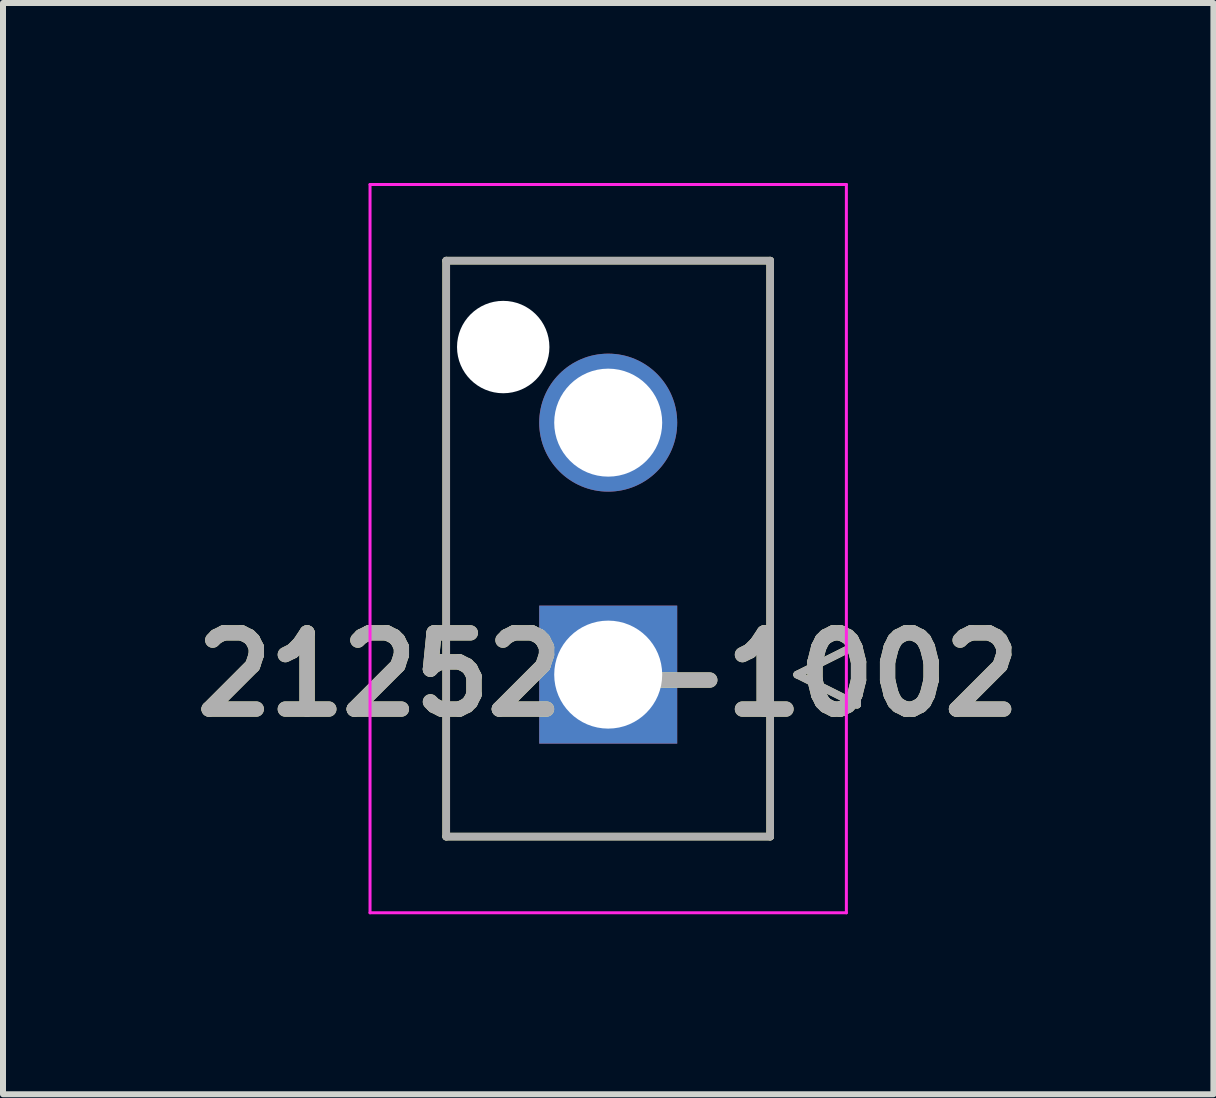
<source format=kicad_pcb>
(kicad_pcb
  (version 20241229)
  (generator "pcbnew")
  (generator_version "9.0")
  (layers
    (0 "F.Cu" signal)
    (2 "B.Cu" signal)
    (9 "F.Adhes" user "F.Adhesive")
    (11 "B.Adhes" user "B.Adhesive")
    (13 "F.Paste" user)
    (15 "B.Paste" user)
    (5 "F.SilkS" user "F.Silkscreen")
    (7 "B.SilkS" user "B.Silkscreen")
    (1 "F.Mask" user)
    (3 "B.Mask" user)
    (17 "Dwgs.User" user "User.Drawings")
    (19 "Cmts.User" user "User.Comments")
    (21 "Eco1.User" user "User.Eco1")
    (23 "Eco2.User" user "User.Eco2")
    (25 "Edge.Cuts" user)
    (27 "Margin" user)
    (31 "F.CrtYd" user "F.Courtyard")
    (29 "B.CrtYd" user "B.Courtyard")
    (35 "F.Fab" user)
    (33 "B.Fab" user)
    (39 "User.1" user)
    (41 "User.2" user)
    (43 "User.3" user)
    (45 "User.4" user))
  (footprint "212520-1002"
    (layer "F.Cu")
    (at 7.088 8.195)
    (property "Reference" "212520-1002" (at 0 0 0) (layer "F.SilkS") (effects (font (size 1.27 1.27) (thickness 0.254))))
    (attr through_hole)
    (fp_line (start -2.7 -6.9) (end 2.7 -6.9) (stroke (width 0.127) (type solid)) (layer "F.SilkS"))
    (fp_line (start -2.7 2.7) (end -2.7 -6.9) (stroke (width 0.127) (type solid)) (layer "F.SilkS"))
    (fp_line (start 2.7 -6.9) (end 2.7 2.7) (stroke (width 0.127) (type solid)) (layer "F.SilkS"))
    (fp_line (start 2.7 2.7) (end -2.7 2.7) (stroke (width 0.127) (type solid)) (layer "F.SilkS"))
    (fp_line (start 3.15 0) (end 4.15 -0.5) (stroke (width 0.127) (type solid)) (layer "F.SilkS"))
    (fp_line (start 4.15 -0.5) (end 4.15 0.5) (stroke (width 0.127) (type solid)) (layer "F.SilkS"))
    (fp_line (start 4.15 0.5) (end 3.15 0) (stroke (width 0.127) (type solid)) (layer "F.SilkS"))
    (fp_line (start -3.97 -8.17) (end 3.97 -8.17) (stroke (width 0.05) (type solid)) (layer "F.CrtYd"))
    (fp_line (start -3.97 3.97) (end -3.97 -8.17) (stroke (width 0.05) (type solid)) (layer "F.CrtYd"))
    (fp_line (start 3.97 -8.17) (end 3.97 3.97) (stroke (width 0.05) (type solid)) (layer "F.CrtYd"))
    (fp_line (start 3.97 3.97) (end -3.97 3.97) (stroke (width 0.05) (type solid)) (layer "F.CrtYd"))
    (fp_line (start -2.7 -6.9) (end 2.7 -6.9) (stroke (width 0.127) (type solid)) (layer "F.Fab"))
    (fp_line (start -2.7 2.7) (end -2.7 -6.9) (stroke (width 0.127) (type solid)) (layer "F.Fab"))
    (fp_line (start 2.7 -6.9) (end 2.7 2.7) (stroke (width 0.127) (type solid)) (layer "F.Fab"))
    (fp_line (start 2.7 2.7) (end -2.7 2.7) (stroke (width 0.127) (type solid)) (layer "F.Fab"))
    (fp_line (start 3.15 0) (end 4.15 -0.5) (stroke (width 0.127) (type solid)) (layer "F.Fab"))
    (fp_line (start 4.15 -0.5) (end 4.15 0.5) (stroke (width 0.127) (type solid)) (layer "F.Fab"))
    (fp_line (start 4.15 0.5) (end 3.15 0) (stroke (width 0.127) (type solid)) (layer "F.Fab"))
    (fp_text user "${REFERENCE}" (at 0 0 0) (layer "F.Fab") (effects (font (size 1.27 1.27) (thickness 0.254))))
    (pad "" np_thru_hole circle (at -1.75 -5.46) (size 1.54 1.54) (drill 1.54) (layers "*.Cu" "*.Mask"))
    (pad "1" thru_hole rect (at 0 0) (size 2.3 2.3) (drill 1.8) (layers "*.Cu" "*.Mask"))
    (pad "2" thru_hole circle (at 0 -4.2) (size 2.3 2.3) (drill 1.8) (layers "*.Cu" "*.Mask")))
  (gr_rect
    (start -3 -3)
    (end 17.176 15.19)
    (stroke (width 0.1) (type default))
    (fill no)
    (layer "Edge.Cuts")))
</source>
